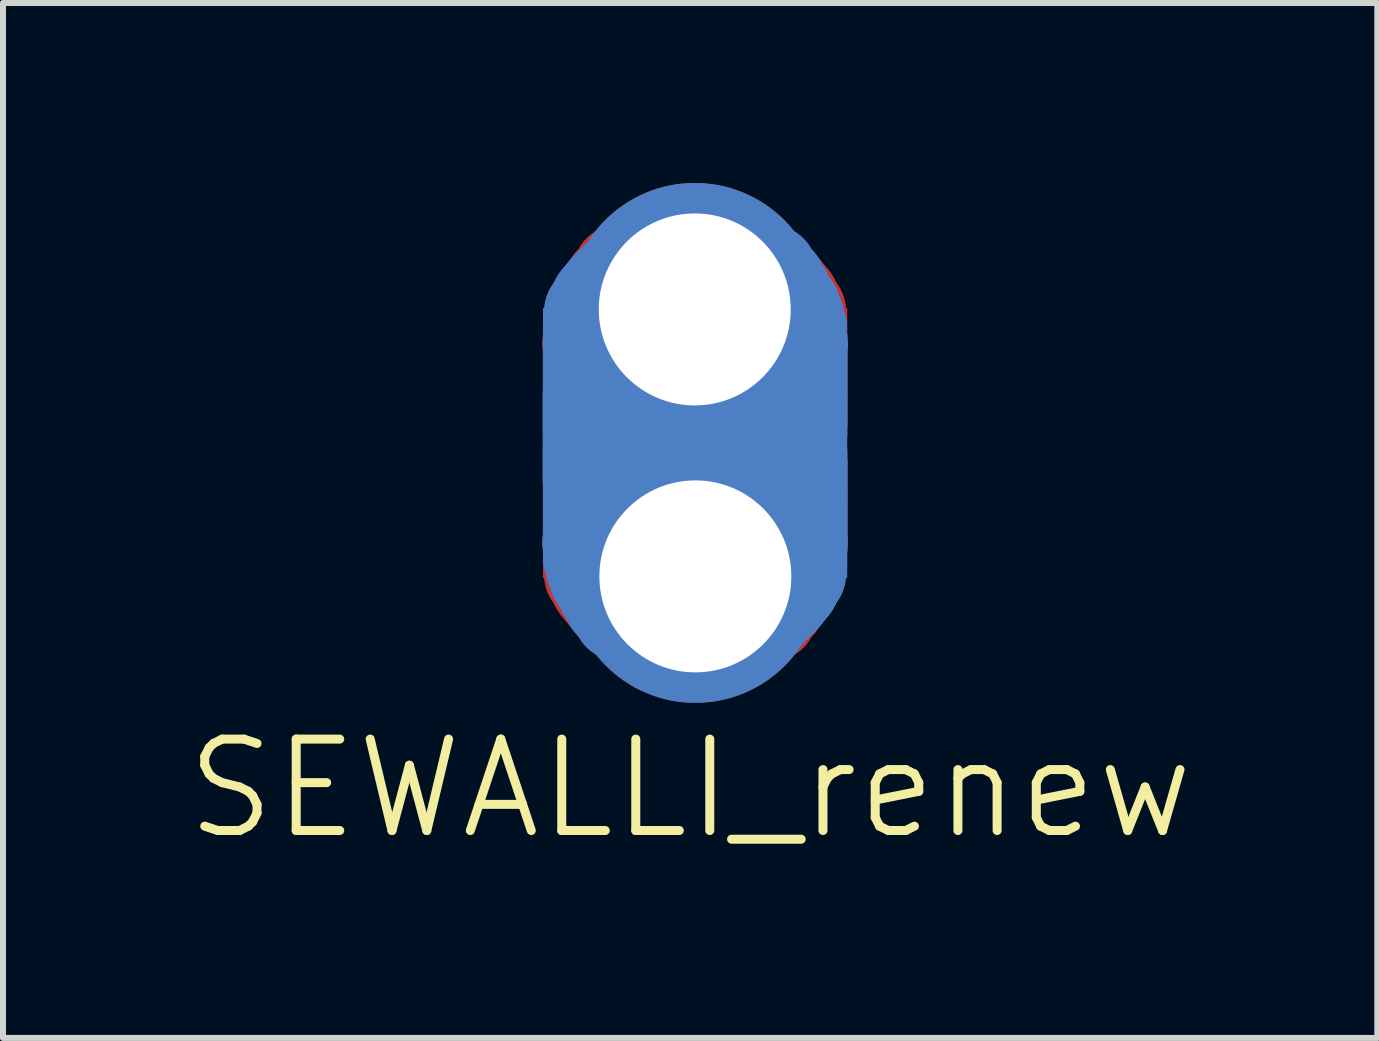
<source format=kicad_pcb>
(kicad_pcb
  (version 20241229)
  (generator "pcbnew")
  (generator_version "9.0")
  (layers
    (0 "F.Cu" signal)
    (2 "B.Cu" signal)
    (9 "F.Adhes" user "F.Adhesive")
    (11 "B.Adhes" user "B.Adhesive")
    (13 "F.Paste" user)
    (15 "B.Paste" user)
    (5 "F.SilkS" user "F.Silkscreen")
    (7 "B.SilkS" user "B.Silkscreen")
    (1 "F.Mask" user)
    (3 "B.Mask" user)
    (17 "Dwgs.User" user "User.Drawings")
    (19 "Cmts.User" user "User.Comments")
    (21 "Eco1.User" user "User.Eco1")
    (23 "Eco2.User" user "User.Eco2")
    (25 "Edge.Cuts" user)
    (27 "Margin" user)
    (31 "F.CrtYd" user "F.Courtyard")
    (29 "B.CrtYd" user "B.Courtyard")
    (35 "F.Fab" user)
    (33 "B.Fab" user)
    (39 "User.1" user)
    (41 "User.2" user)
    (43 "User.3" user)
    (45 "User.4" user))
  (footprint "SEWALLI_renew"
    (layer "F.Cu")
    (at 8.495 4.477)
    (property "Reference" "SEWALLI_renew" (at -0.04 5.62 180) (layer "F.SilkS") (effects (font (size 1.524 1.524) (thickness 0.15))))
    (attr through_hole)
    (pad "" smd circle (at -1.734 -1.801 90) (size 1.54 1.54) (layers "F.Cu" "F.Mask" "F.Paste"))
    (pad "" smd circle (at -1.734 -1.801 90) (size 1.54 1.54) (layers "F.Cu" "F.Mask" "F.Paste"))
    (pad "" smd circle (at -1.734 1.511 270) (size 1.54 1.54) (layers "B.Cu" "B.Mask" "B.Paste"))
    (pad "" smd circle (at -1.734 1.511 270) (size 1.54 1.54) (layers "B.Cu" "B.Mask" "B.Paste"))
    (pad "" smd circle (at -1.724 -2.129 90) (size 1.54 1.54) (layers "B.Cu" "B.Mask" "B.Paste"))
    (pad "" smd circle (at -1.724 -2.129 90) (size 1.54 1.54) (layers "B.Cu" "B.Mask" "B.Paste"))
    (pad "" smd circle (at -1.724 -2.061 90) (size 1.54 1.54) (layers "F.Cu" "F.Mask" "F.Paste"))
    (pad "" smd circle (at -1.724 -2.061 90) (size 1.54 1.54) (layers "F.Cu" "F.Mask" "F.Paste"))
    (pad "" smd rect (at -1.724 -1.619 180) (size 1.54 1.54) (layers "B.Cu" "B.Mask" "B.Paste"))
    (pad "" smd rect (at -1.724 -1.619 180) (size 1.54 1.54) (layers "B.Cu" "B.Mask" "B.Paste"))
    (pad "" smd rect (at -1.724 -1.209 180) (size 1.54 1.54) (layers "B.Cu" "B.Mask" "B.Paste"))
    (pad "" smd rect (at -1.724 -1.209 180) (size 1.54 1.54) (layers "B.Cu" "B.Mask" "B.Paste"))
    (pad "" smd rect (at -1.724 -1.209 180) (size 1.54 1.54) (layers "B.Cu" "B.Mask" "B.Paste"))
    (pad "" smd rect (at -1.724 -1.181) (size 1.54 1.54) (layers "F.Cu" "F.Mask" "F.Paste"))
    (pad "" smd rect (at -1.724 -1.181) (size 1.54 1.54) (layers "F.Cu" "F.Mask" "F.Paste"))
    (pad "" smd rect (at -1.724 0.891) (size 1.54 1.54) (layers "B.Cu" "B.Mask" "B.Paste"))
    (pad "" smd rect (at -1.724 0.891) (size 1.54 1.54) (layers "B.Cu" "B.Mask" "B.Paste"))
    (pad "" smd rect (at -1.724 0.924 180) (size 1.54 1.54) (layers "F.Cu" "F.Mask" "F.Paste"))
    (pad "" smd rect (at -1.724 0.924 180) (size 1.54 1.54) (layers "F.Cu" "F.Mask" "F.Paste"))
    (pad "" smd rect (at -1.724 0.924 180) (size 1.54 1.54) (layers "F.Cu" "F.Mask" "F.Paste"))
    (pad "" smd rect (at -1.724 1.334 180) (size 1.54 1.54) (layers "F.Cu" "F.Mask" "F.Paste"))
    (pad "" smd rect (at -1.724 1.334 180) (size 1.54 1.54) (layers "F.Cu" "F.Mask" "F.Paste"))
    (pad "" smd circle (at -1.724 1.771 270) (size 1.54 1.54) (layers "B.Cu" "B.Mask" "B.Paste"))
    (pad "" smd circle (at -1.724 1.771 270) (size 1.54 1.54) (layers "B.Cu" "B.Mask" "B.Paste"))
    (pad "" smd circle (at -1.724 1.844 270) (size 1.54 1.54) (layers "F.Cu" "F.Mask" "F.Paste"))
    (pad "" smd circle (at -1.724 1.844 270) (size 1.54 1.54) (layers "F.Cu" "F.Mask" "F.Paste"))
    (pad "" smd circle (at -1.704 -2.339 180) (size 1.54 1.54) (layers "B.Cu" "B.Mask" "B.Paste"))
    (pad "" smd circle (at -1.704 -2.339 180) (size 1.54 1.54) (layers "B.Cu" "B.Mask" "B.Paste"))
    (pad "" smd circle (at -1.704 -1.741 90) (size 1.54 1.54) (layers "F.Cu" "F.Mask" "F.Paste"))
    (pad "" smd circle (at -1.704 -1.741 90) (size 1.54 1.54) (layers "F.Cu" "F.Mask" "F.Paste"))
    (pad "" smd circle (at -1.704 1.451 270) (size 1.54 1.54) (layers "B.Cu" "B.Mask" "B.Paste"))
    (pad "" smd circle (at -1.704 1.451 270) (size 1.54 1.54) (layers "B.Cu" "B.Mask" "B.Paste"))
    (pad "" smd circle (at -1.704 2.054 180) (size 1.54 1.54) (layers "F.Cu" "F.Mask" "F.Paste"))
    (pad "" smd circle (at -1.704 2.054 180) (size 1.54 1.54) (layers "F.Cu" "F.Mask" "F.Paste"))
    (pad "" smd circle (at -1.674 -2.251 90) (size 1.54 1.54) (layers "F.Cu" "F.Mask" "F.Paste"))
    (pad "" smd circle (at -1.674 -2.251 90) (size 1.54 1.54) (layers "F.Cu" "F.Mask" "F.Paste"))
    (pad "" smd circle (at -1.674 1.961 270) (size 1.54 1.54) (layers "B.Cu" "B.Mask" "B.Paste"))
    (pad "" smd circle (at -1.674 1.961 270) (size 1.54 1.54) (layers "B.Cu" "B.Mask" "B.Paste"))
    (pad "" smd circle (at -1.634 -2.449 180) (size 1.54 1.54) (layers "B.Cu" "B.Mask" "B.Paste"))
    (pad "" smd circle (at -1.634 -2.449 180) (size 1.54 1.54) (layers "B.Cu" "B.Mask" "B.Paste"))
    (pad "" smd circle (at -1.634 2.164 180) (size 1.54 1.54) (layers "F.Cu" "F.Mask" "F.Paste"))
    (pad "" smd circle (at -1.634 2.164 180) (size 1.54 1.54) (layers "F.Cu" "F.Mask" "F.Paste"))
    (pad "" smd circle (at -1.614 -2.401 90) (size 1.54 1.54) (layers "F.Cu" "F.Mask" "F.Paste"))
    (pad "" smd circle (at -1.614 -2.401 90) (size 1.54 1.54) (layers "F.Cu" "F.Mask" "F.Paste"))
    (pad "" smd circle (at -1.614 2.111 270) (size 1.54 1.54) (layers "B.Cu" "B.Mask" "B.Paste"))
    (pad "" smd circle (at -1.614 2.111 270) (size 1.54 1.54) (layers "B.Cu" "B.Mask" "B.Paste"))
    (pad "" smd circle (at -1.594 -2.529 180) (size 1.54 1.54) (layers "B.Cu" "B.Mask" "B.Paste"))
    (pad "" smd circle (at -1.594 -2.529 180) (size 1.54 1.54) (layers "B.Cu" "B.Mask" "B.Paste"))
    (pad "" smd circle (at -1.594 2.244 180) (size 1.54 1.54) (layers "F.Cu" "F.Mask" "F.Paste"))
    (pad "" smd circle (at -1.594 2.244 180) (size 1.54 1.54) (layers "F.Cu" "F.Mask" "F.Paste"))
    (pad "" smd circle (at -1.554 -2.091 90) (size 1.54 1.54) (layers "F.Cu" "F.Mask" "F.Paste"))
    (pad "" smd circle (at -1.554 -2.091 90) (size 1.54 1.54) (layers "F.Cu" "F.Mask" "F.Paste"))
    (pad "" smd circle (at -1.554 1.801 270) (size 1.54 1.54) (layers "B.Cu" "B.Mask" "B.Paste"))
    (pad "" smd circle (at -1.554 1.801 270) (size 1.54 1.54) (layers "B.Cu" "B.Mask" "B.Paste"))
    (pad "" smd circle (at -1.534 -2.599 180) (size 1.54 1.54) (layers "B.Cu" "B.Mask" "B.Paste"))
    (pad "" smd circle (at -1.534 -2.599 180) (size 1.54 1.54) (layers "B.Cu" "B.Mask" "B.Paste"))
    (pad "" smd circle (at -1.534 2.314 180) (size 1.54 1.54) (layers "F.Cu" "F.Mask" "F.Paste"))
    (pad "" smd circle (at -1.534 2.314 180) (size 1.54 1.54) (layers "F.Cu" "F.Mask" "F.Paste"))
    (pad "" smd circle (at -1.474 -2.641 90) (size 1.54 1.54) (layers "F.Cu" "F.Mask" "F.Paste"))
    (pad "" smd circle (at -1.474 2.351 270) (size 1.54 1.54) (layers "B.Cu" "B.Mask" "B.Paste"))
    (pad "" smd circle (at -1.464 -2.689 180) (size 1.54 1.54) (layers "B.Cu" "B.Mask" "B.Paste"))
    (pad "" smd circle (at -1.464 -2.689 180) (size 1.54 1.54) (layers "B.Cu" "B.Mask" "B.Paste"))
    (pad "" smd circle (at -1.464 2.404 180) (size 1.54 1.54) (layers "F.Cu" "F.Mask" "F.Paste"))
    (pad "" smd circle (at -1.464 2.404 180) (size 1.54 1.54) (layers "F.Cu" "F.Mask" "F.Paste"))
    (pad "" smd circle (at -1.394 -2.759 180) (size 1.54 1.54) (layers "B.Cu" "B.Mask" "B.Paste"))
    (pad "" smd circle (at -1.394 -2.759 180) (size 1.54 1.54) (layers "B.Cu" "B.Mask" "B.Paste"))
    (pad "" smd circle (at -1.394 2.474 180) (size 1.54 1.54) (layers "F.Cu" "F.Mask" "F.Paste"))
    (pad "" smd circle (at -1.394 2.474 180) (size 1.54 1.54) (layers "F.Cu" "F.Mask" "F.Paste"))
    (pad "" smd circle (at -1.364 -2.821 90) (size 1.54 1.54) (layers "F.Cu" "F.Mask" "F.Paste"))
    (pad "" smd circle (at -1.364 -2.821 90) (size 1.54 1.54) (layers "F.Cu" "F.Mask" "F.Paste"))
    (pad "" smd circle (at -1.364 2.531 270) (size 1.54 1.54) (layers "B.Cu" "B.Mask" "B.Paste"))
    (pad "" smd circle (at -1.364 2.531 270) (size 1.54 1.54) (layers "B.Cu" "B.Mask" "B.Paste"))
    (pad "" smd circle (at -1.314 -2.839 180) (size 1.54 1.54) (layers "B.Cu" "B.Mask" "B.Paste"))
    (pad "" smd circle (at -1.314 -2.839 180) (size 1.54 1.54) (layers "B.Cu" "B.Mask" "B.Paste"))
    (pad "" smd circle (at -1.314 2.554 180) (size 1.54 1.54) (layers "F.Cu" "F.Mask" "F.Paste"))
    (pad "" smd circle (at -1.314 2.554 180) (size 1.54 1.54) (layers "F.Cu" "F.Mask" "F.Paste"))
    (pad "" smd circle (at -1.234 -2.919 180) (size 1.54 1.54) (layers "B.Cu" "B.Mask" "B.Paste"))
    (pad "" smd circle (at -1.234 -2.919 180) (size 1.54 1.54) (layers "B.Cu" "B.Mask" "B.Paste"))
    (pad "" smd circle (at -1.234 2.634 180) (size 1.54 1.54) (layers "F.Cu" "F.Mask" "F.Paste"))
    (pad "" smd circle (at -1.234 2.634 180) (size 1.54 1.54) (layers "F.Cu" "F.Mask" "F.Paste"))
    (pad "" smd circle (at -1.224 -3.011 90) (size 1.54 1.54) (layers "F.Cu" "F.Mask" "F.Paste"))
    (pad "" smd circle (at -1.224 2.721 270) (size 1.54 1.54) (layers "B.Cu" "B.Mask" "B.Paste"))
    (pad "" smd rect (at 0 -0.24 180) (size 5 1.54) (layers "B.Cu" "B.Mask" "B.Paste"))
    (pad "" smd rect (at 0.006 -1.021) (size 5 1.54) (layers "F.Cu" "F.Mask" "F.Paste"))
    (pad "" smd rect (at 0.006 -1.021) (size 5 1.54) (layers "F.Cu" "F.Mask" "F.Paste"))
    (pad "" smd rect (at 0.006 -1.019 180) (size 5 1.54) (layers "B.Cu" "B.Mask" "B.Paste"))
    (pad "" smd rect (at 0.006 -1.019 180) (size 5 1.54) (layers "B.Cu" "B.Mask" "B.Paste"))
    (pad "" smd rect (at 0.006 0.731) (size 5 1.54) (layers "B.Cu" "B.Mask" "B.Paste"))
    (pad "" smd rect (at 0.006 0.731) (size 5 1.54) (layers "B.Cu" "B.Mask" "B.Paste"))
    (pad "" smd rect (at 0.006 0.734 180) (size 5 1.54) (layers "F.Cu" "F.Mask" "F.Paste"))
    (pad "" smd rect (at 0.006 0.734 180) (size 5 1.54) (layers "F.Cu" "F.Mask" "F.Paste"))
    (pad "" smd rect (at 0.01 0.44 180) (size 5 1.54) (layers "F.Cu" "F.Mask" "F.Paste"))
    (pad "" smd rect (at 0.076 -1.021) (size 5 1.54) (layers "F.Cu" "F.Mask" "F.Paste"))
    (pad "" smd rect (at 0.076 -1.021) (size 5 1.54) (layers "F.Cu" "F.Mask" "F.Paste"))
    (pad "" smd rect (at 0.076 -1.019 180) (size 5 1.54) (layers "B.Cu" "B.Mask" "B.Paste"))
    (pad "" smd rect (at 0.076 -1.019 180) (size 5 1.54) (layers "B.Cu" "B.Mask" "B.Paste"))
    (pad "" smd rect (at 0.076 0.731) (size 5 1.54) (layers "B.Cu" "B.Mask" "B.Paste"))
    (pad "" smd rect (at 0.076 0.731) (size 5 1.54) (layers "B.Cu" "B.Mask" "B.Paste"))
    (pad "" smd rect (at 0.076 0.734 180) (size 5 1.54) (layers "F.Cu" "F.Mask" "F.Paste"))
    (pad "" smd rect (at 0.076 0.734 180) (size 5 1.54) (layers "F.Cu" "F.Mask" "F.Paste"))
    (pad "" smd circle (at 1.306 -3.009 90) (size 1.54 1.54) (layers "B.Cu" "B.Mask" "B.Paste"))
    (pad "" smd circle (at 1.306 2.724 270) (size 1.54 1.54) (layers "F.Cu" "F.Mask" "F.Paste"))
    (pad "" smd circle (at 1.316 -2.921) (size 1.54 1.54) (layers "F.Cu" "F.Mask" "F.Paste"))
    (pad "" smd circle (at 1.316 -2.921) (size 1.54 1.54) (layers "F.Cu" "F.Mask" "F.Paste"))
    (pad "" smd circle (at 1.316 2.631) (size 1.54 1.54) (layers "B.Cu" "B.Mask" "B.Paste"))
    (pad "" smd circle (at 1.316 2.631) (size 1.54 1.54) (layers "B.Cu" "B.Mask" "B.Paste"))
    (pad "" smd circle (at 1.396 -2.841) (size 1.54 1.54) (layers "F.Cu" "F.Mask" "F.Paste"))
    (pad "" smd circle (at 1.396 -2.841) (size 1.54 1.54) (layers "F.Cu" "F.Mask" "F.Paste"))
    (pad "" smd circle (at 1.396 2.551) (size 1.54 1.54) (layers "B.Cu" "B.Mask" "B.Paste"))
    (pad "" smd circle (at 1.396 2.551) (size 1.54 1.54) (layers "B.Cu" "B.Mask" "B.Paste"))
    (pad "" smd circle (at 1.446 -2.819 90) (size 1.54 1.54) (layers "B.Cu" "B.Mask" "B.Paste"))
    (pad "" smd circle (at 1.446 -2.819 90) (size 1.54 1.54) (layers "B.Cu" "B.Mask" "B.Paste"))
    (pad "" smd circle (at 1.446 2.534 270) (size 1.54 1.54) (layers "F.Cu" "F.Mask" "F.Paste"))
    (pad "" smd circle (at 1.446 2.534 270) (size 1.54 1.54) (layers "F.Cu" "F.Mask" "F.Paste"))
    (pad "" smd circle (at 1.476 -2.761) (size 1.54 1.54) (layers "F.Cu" "F.Mask" "F.Paste"))
    (pad "" smd circle (at 1.476 -2.761) (size 1.54 1.54) (layers "F.Cu" "F.Mask" "F.Paste"))
    (pad "" smd circle (at 1.476 2.471) (size 1.54 1.54) (layers "B.Cu" "B.Mask" "B.Paste"))
    (pad "" smd circle (at 1.476 2.471) (size 1.54 1.54) (layers "B.Cu" "B.Mask" "B.Paste"))
    (pad "" smd circle (at 1.546 -2.691) (size 1.54 1.54) (layers "F.Cu" "F.Mask" "F.Paste"))
    (pad "" smd circle (at 1.546 -2.691) (size 1.54 1.54) (layers "F.Cu" "F.Mask" "F.Paste"))
    (pad "" smd circle (at 1.546 2.401) (size 1.54 1.54) (layers "B.Cu" "B.Mask" "B.Paste"))
    (pad "" smd circle (at 1.546 2.401) (size 1.54 1.54) (layers "B.Cu" "B.Mask" "B.Paste"))
    (pad "" smd circle (at 1.556 -2.639 90) (size 1.54 1.54) (layers "B.Cu" "B.Mask" "B.Paste"))
    (pad "" smd circle (at 1.556 2.354 270) (size 1.54 1.54) (layers "F.Cu" "F.Mask" "F.Paste"))
    (pad "" smd circle (at 1.616 -2.601) (size 1.54 1.54) (layers "F.Cu" "F.Mask" "F.Paste"))
    (pad "" smd circle (at 1.616 -2.601) (size 1.54 1.54) (layers "F.Cu" "F.Mask" "F.Paste"))
    (pad "" smd circle (at 1.616 2.311) (size 1.54 1.54) (layers "B.Cu" "B.Mask" "B.Paste"))
    (pad "" smd circle (at 1.616 2.311) (size 1.54 1.54) (layers "B.Cu" "B.Mask" "B.Paste"))
    (pad "" smd circle (at 1.636 -2.089 90) (size 1.54 1.54) (layers "B.Cu" "B.Mask" "B.Paste"))
    (pad "" smd circle (at 1.636 -2.089 90) (size 1.54 1.54) (layers "B.Cu" "B.Mask" "B.Paste"))
    (pad "" smd circle (at 1.636 1.804 270) (size 1.54 1.54) (layers "F.Cu" "F.Mask" "F.Paste"))
    (pad "" smd circle (at 1.636 1.804 270) (size 1.54 1.54) (layers "F.Cu" "F.Mask" "F.Paste"))
    (pad "" smd circle (at 1.676 -2.531) (size 1.54 1.54) (layers "F.Cu" "F.Mask" "F.Paste"))
    (pad "" smd circle (at 1.676 -2.531) (size 1.54 1.54) (layers "F.Cu" "F.Mask" "F.Paste"))
    (pad "" smd circle (at 1.676 2.241) (size 1.54 1.54) (layers "B.Cu" "B.Mask" "B.Paste"))
    (pad "" smd circle (at 1.676 2.241) (size 1.54 1.54) (layers "B.Cu" "B.Mask" "B.Paste"))
    (pad "" smd circle (at 1.696 -2.399 90) (size 1.54 1.54) (layers "B.Cu" "B.Mask" "B.Paste"))
    (pad "" smd circle (at 1.696 -2.399 90) (size 1.54 1.54) (layers "B.Cu" "B.Mask" "B.Paste"))
    (pad "" smd circle (at 1.696 2.114 270) (size 1.54 1.54) (layers "F.Cu" "F.Mask" "F.Paste"))
    (pad "" smd circle (at 1.696 2.114 270) (size 1.54 1.54) (layers "F.Cu" "F.Mask" "F.Paste"))
    (pad "" smd circle (at 1.716 -2.451) (size 1.54 1.54) (layers "F.Cu" "F.Mask" "F.Paste"))
    (pad "" smd circle (at 1.716 -2.451) (size 1.54 1.54) (layers "F.Cu" "F.Mask" "F.Paste"))
    (pad "" smd circle (at 1.716 2.161) (size 1.54 1.54) (layers "B.Cu" "B.Mask" "B.Paste"))
    (pad "" smd circle (at 1.716 2.161) (size 1.54 1.54) (layers "B.Cu" "B.Mask" "B.Paste"))
    (pad "" smd circle (at 1.756 -2.249 90) (size 1.54 1.54) (layers "B.Cu" "B.Mask" "B.Paste"))
    (pad "" smd circle (at 1.756 -2.249 90) (size 1.54 1.54) (layers "B.Cu" "B.Mask" "B.Paste"))
    (pad "" smd circle (at 1.756 1.964 270) (size 1.54 1.54) (layers "F.Cu" "F.Mask" "F.Paste"))
    (pad "" smd circle (at 1.756 1.964 270) (size 1.54 1.54) (layers "F.Cu" "F.Mask" "F.Paste"))
    (pad "" smd circle (at 1.786 -2.341) (size 1.54 1.54) (layers "F.Cu" "F.Mask" "F.Paste"))
    (pad "" smd circle (at 1.786 -2.341) (size 1.54 1.54) (layers "F.Cu" "F.Mask" "F.Paste"))
    (pad "" smd circle (at 1.786 -1.739 90) (size 1.54 1.54) (layers "B.Cu" "B.Mask" "B.Paste"))
    (pad "" smd circle (at 1.786 -1.739 90) (size 1.54 1.54) (layers "B.Cu" "B.Mask" "B.Paste"))
    (pad "" smd circle (at 1.786 -1.739 90) (size 1.54 1.54) (layers "B.Cu" "B.Mask" "B.Paste"))
    (pad "" smd circle (at 1.786 1.454 270) (size 1.54 1.54) (layers "F.Cu" "F.Mask" "F.Paste"))
    (pad "" smd circle (at 1.786 1.454 270) (size 1.54 1.54) (layers "F.Cu" "F.Mask" "F.Paste"))
    (pad "" smd circle (at 1.786 2.051) (size 1.54 1.54) (layers "B.Cu" "B.Mask" "B.Paste"))
    (pad "" smd circle (at 1.786 2.051) (size 1.54 1.54) (layers "B.Cu" "B.Mask" "B.Paste"))
    (pad "" smd circle (at 1.806 -2.131 90) (size 1.54 1.54) (layers "F.Cu" "F.Mask" "F.Paste"))
    (pad "" smd circle (at 1.806 -2.131 90) (size 1.54 1.54) (layers "F.Cu" "F.Mask" "F.Paste"))
    (pad "" smd circle (at 1.806 -2.059 90) (size 1.54 1.54) (layers "B.Cu" "B.Mask" "B.Paste"))
    (pad "" smd circle (at 1.806 -2.059 90) (size 1.54 1.54) (layers "B.Cu" "B.Mask" "B.Paste"))
    (pad "" smd rect (at 1.806 -1.621) (size 1.54 1.54) (layers "F.Cu" "F.Mask" "F.Paste"))
    (pad "" smd rect (at 1.806 -1.621) (size 1.54 1.54) (layers "F.Cu" "F.Mask" "F.Paste"))
    (pad "" smd rect (at 1.806 -1.211) (size 1.54 1.54) (layers "F.Cu" "F.Mask" "F.Paste"))
    (pad "" smd rect (at 1.806 -1.211) (size 1.54 1.54) (layers "F.Cu" "F.Mask" "F.Paste"))
    (pad "" smd rect (at 1.806 -1.211) (size 1.54 1.54) (layers "F.Cu" "F.Mask" "F.Paste"))
    (pad "" smd rect (at 1.806 -1.179 180) (size 1.54 1.54) (layers "B.Cu" "B.Mask" "B.Paste"))
    (pad "" smd rect (at 1.806 -1.179 180) (size 1.54 1.54) (layers "B.Cu" "B.Mask" "B.Paste"))
    (pad "" smd rect (at 1.806 -0.21 180) (size 1.54 1.54) (layers "B.Cu" "B.Mask" "B.Paste"))
    (pad "" smd rect (at 1.806 0.21 180) (size 1.54 1.54) (layers "F.Cu" "F.Mask" "F.Paste"))
    (pad "" smd rect (at 1.806 0.894 180) (size 1.54 1.54) (layers "F.Cu" "F.Mask" "F.Paste"))
    (pad "" smd rect (at 1.806 0.894 180) (size 1.54 1.54) (layers "F.Cu" "F.Mask" "F.Paste"))
    (pad "" smd rect (at 1.806 0.921) (size 1.54 1.54) (layers "B.Cu" "B.Mask" "B.Paste"))
    (pad "" smd rect (at 1.806 0.921) (size 1.54 1.54) (layers "B.Cu" "B.Mask" "B.Paste"))
    (pad "" smd rect (at 1.806 0.921) (size 1.54 1.54) (layers "B.Cu" "B.Mask" "B.Paste"))
    (pad "" smd rect (at 1.806 1.331) (size 1.54 1.54) (layers "B.Cu" "B.Mask" "B.Paste"))
    (pad "" smd rect (at 1.806 1.331) (size 1.54 1.54) (layers "B.Cu" "B.Mask" "B.Paste"))
    (pad "" smd circle (at 1.806 1.774 270) (size 1.54 1.54) (layers "F.Cu" "F.Mask" "F.Paste"))
    (pad "" smd circle (at 1.806 1.774 270) (size 1.54 1.54) (layers "F.Cu" "F.Mask" "F.Paste"))
    (pad "" smd circle (at 1.806 1.841 270) (size 1.54 1.54) (layers "B.Cu" "B.Mask" "B.Paste"))
    (pad "" smd circle (at 1.806 1.841 270) (size 1.54 1.54) (layers "B.Cu" "B.Mask" "B.Paste"))
    (pad "" smd circle (at 1.816 -1.799 90) (size 1.54 1.54) (layers "B.Cu" "B.Mask" "B.Paste"))
    (pad "" smd circle (at 1.816 -1.799 90) (size 1.54 1.54) (layers "B.Cu" "B.Mask" "B.Paste"))
    (pad "" smd circle (at 1.816 1.514 270) (size 1.54 1.54) (layers "F.Cu" "F.Mask" "F.Paste"))
    (pad "" smd circle (at 1.816 1.514 270) (size 1.54 1.54) (layers "F.Cu" "F.Mask" "F.Paste"))
    (pad "1" thru_hole circle (at 0.036 -2.369) (size 4.216 4.216) (drill 3.2) (layers "*.Cu" "*.Mask"))
    (pad "1" thru_hole circle (at 0.046 2.081 180) (size 4.216 4.216) (drill 3.2) (layers "*.Cu" "*.Mask")))
  (gr_rect
    (start -3 -3)
    (end 19.909 14.252)
    (stroke (width 0.1) (type default))
    (fill no)
    (layer "Edge.Cuts")))
</source>
